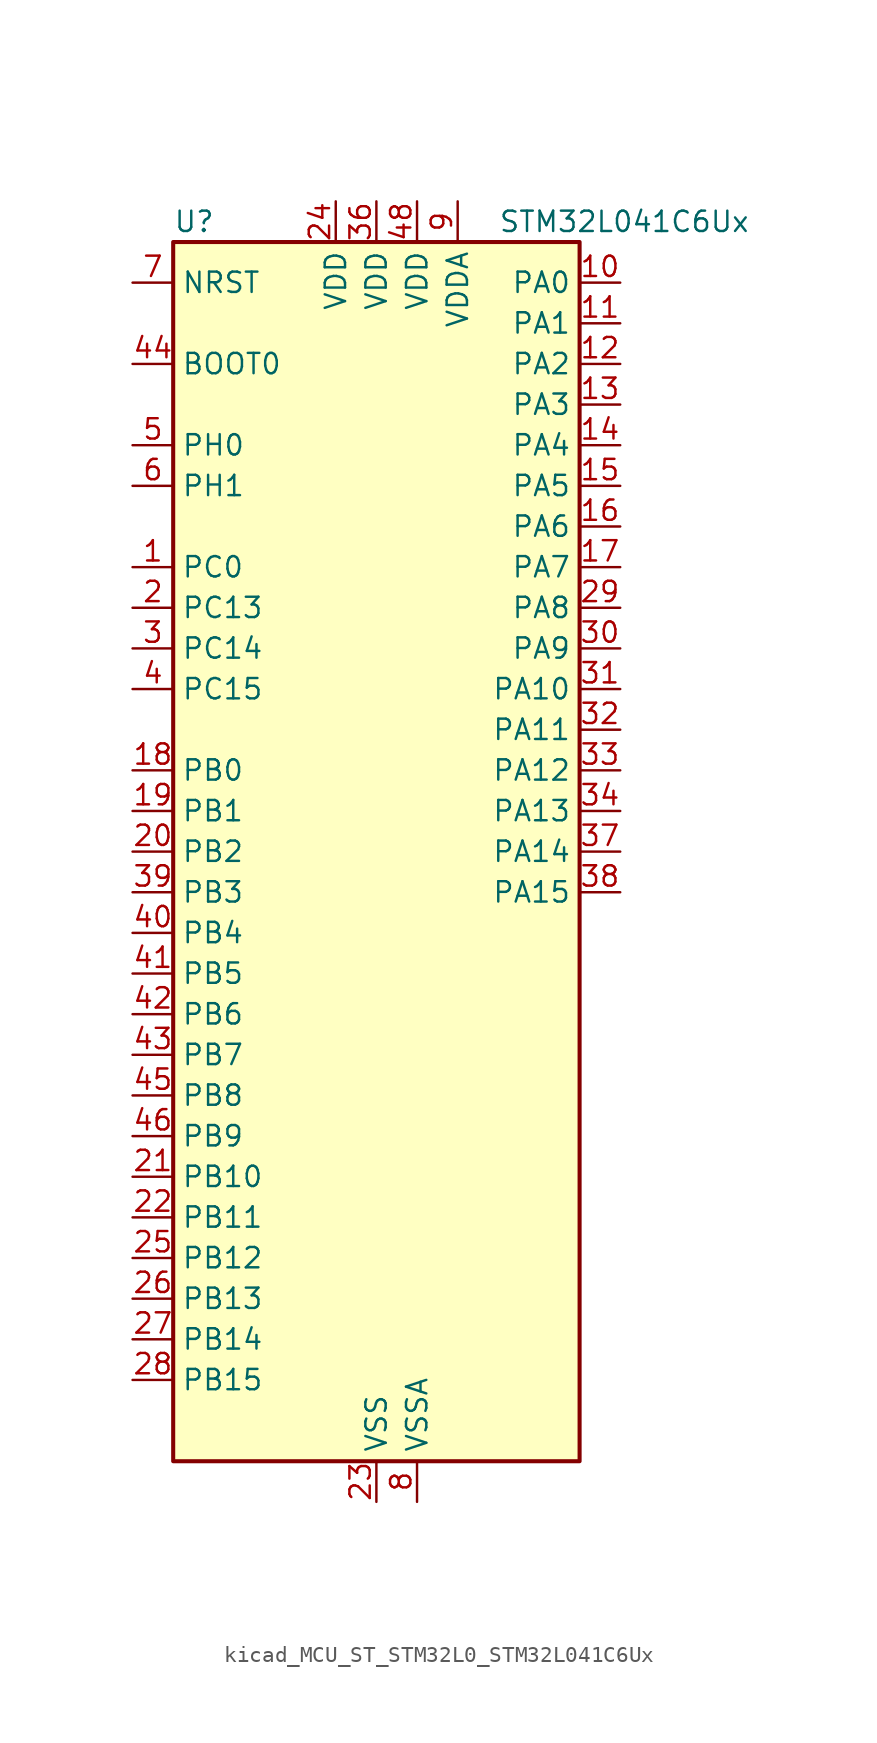
<source format=kicad_sym>
(kicad_symbol_lib
  (version 20220914)
  (generator kicad_symbol_editor)
  (symbol "kicad_MCU_ST_STM32L0_STM32L041C6Ux"
    (property "Reference" "U"
      (at -12.7 39.37 0)
      (effects (font (size 1.27 1.27)) (justify left)))
    (property "Value" "STM32L041C6Ux"
      (at 7.62 39.37 0)
      (effects (font (size 1.27 1.27)) (justify left)))
    (property "ki_locked" ""
      (at 0 0 0)
      (effects (font (size 1.27 1.27))))
    (symbol "kicad_MCU_ST_STM32L0_STM32L041C6Ux_0_1"
      (rectangle (start -12.7 -38.1) (end 12.7 38.1) (stroke (width 0.254) (type default)) (fill (type background))))
    (symbol "kicad_MCU_ST_STM32L0_STM32L041C6Ux_1_1"
      (pin bidirectional line (at -15.24 17.78 0) (length 2.54) (name "PC0" (effects (font (size 1.27 1.27)))) (number "1" (effects (font (size 1.27 1.27)))) (alternate "LPTIM1_IN1" bidirectional line) (alternate "LPUART1_RX" bidirectional line))
      (pin bidirectional line (at 15.24 35.56 180) (length 2.54) (name "PA0" (effects (font (size 1.27 1.27)))) (number "10" (effects (font (size 1.27 1.27)))) (alternate "ADC_IN0" bidirectional line) (alternate "COMP1_INM" bidirectional line) (alternate "COMP1_OUT" bidirectional line) (alternate "LPTIM1_IN1" bidirectional line) (alternate "RTC_TAMP2" bidirectional line) (alternate "SYS_WKUP1" bidirectional line) (alternate "TIM2_CH1" bidirectional line) (alternate "TIM2_ETR" bidirectional line) (alternate "USART2_CTS" bidirectional line))
      (pin bidirectional line (at 15.24 33.02 180) (length 2.54) (name "PA1" (effects (font (size 1.27 1.27)))) (number "11" (effects (font (size 1.27 1.27)))) (alternate "ADC_IN1" bidirectional line) (alternate "COMP1_INP" bidirectional line) (alternate "I2C1_SMBA" bidirectional line) (alternate "LPTIM1_IN2" bidirectional line) (alternate "TIM21_ETR" bidirectional line) (alternate "TIM2_CH2" bidirectional line) (alternate "USART2_DE" bidirectional line) (alternate "USART2_RTS" bidirectional line))
      (pin bidirectional line (at 15.24 30.48 180) (length 2.54) (name "PA2" (effects (font (size 1.27 1.27)))) (number "12" (effects (font (size 1.27 1.27)))) (alternate "ADC_IN2" bidirectional line) (alternate "COMP2_INM" bidirectional line) (alternate "COMP2_OUT" bidirectional line) (alternate "LPUART1_TX" bidirectional line) (alternate "RTC_OUT_ALARM" bidirectional line) (alternate "RTC_OUT_CALIB" bidirectional line) (alternate "RTC_TAMP3" bidirectional line) (alternate "RTC_TS" bidirectional line) (alternate "SYS_WKUP3" bidirectional line) (alternate "TIM21_CH1" bidirectional line) (alternate "TIM2_CH3" bidirectional line) (alternate "USART2_TX" bidirectional line))
      (pin bidirectional line (at 15.24 27.94 180) (length 2.54) (name "PA3" (effects (font (size 1.27 1.27)))) (number "13" (effects (font (size 1.27 1.27)))) (alternate "ADC_IN3" bidirectional line) (alternate "COMP2_INP" bidirectional line) (alternate "LPUART1_RX" bidirectional line) (alternate "TIM21_CH2" bidirectional line) (alternate "TIM2_CH4" bidirectional line) (alternate "USART2_RX" bidirectional line))
      (pin bidirectional line (at 15.24 25.4 180) (length 2.54) (name "PA4" (effects (font (size 1.27 1.27)))) (number "14" (effects (font (size 1.27 1.27)))) (alternate "ADC_IN4" bidirectional line) (alternate "COMP1_INM" bidirectional line) (alternate "COMP2_INM" bidirectional line) (alternate "LPTIM1_IN1" bidirectional line) (alternate "SPI1_NSS" bidirectional line) (alternate "TIM22_ETR" bidirectional line) (alternate "USART2_CK" bidirectional line))
      (pin bidirectional line (at 15.24 22.86 180) (length 2.54) (name "PA5" (effects (font (size 1.27 1.27)))) (number "15" (effects (font (size 1.27 1.27)))) (alternate "ADC_IN5" bidirectional line) (alternate "COMP1_INM" bidirectional line) (alternate "COMP2_INM" bidirectional line) (alternate "LPTIM1_IN2" bidirectional line) (alternate "SPI1_SCK" bidirectional line) (alternate "TIM2_CH1" bidirectional line) (alternate "TIM2_ETR" bidirectional line))
      (pin bidirectional line (at 15.24 20.32 180) (length 2.54) (name "PA6" (effects (font (size 1.27 1.27)))) (number "16" (effects (font (size 1.27 1.27)))) (alternate "ADC_IN6" bidirectional line) (alternate "COMP1_OUT" bidirectional line) (alternate "LPTIM1_ETR" bidirectional line) (alternate "LPUART1_CTS" bidirectional line) (alternate "SPI1_MISO" bidirectional line) (alternate "TIM22_CH1" bidirectional line))
      (pin bidirectional line (at 15.24 17.78 180) (length 2.54) (name "PA7" (effects (font (size 1.27 1.27)))) (number "17" (effects (font (size 1.27 1.27)))) (alternate "ADC_IN7" bidirectional line) (alternate "COMP2_OUT" bidirectional line) (alternate "LPTIM1_OUT" bidirectional line) (alternate "SPI1_MOSI" bidirectional line) (alternate "TIM22_CH2" bidirectional line) (alternate "USART2_CTS" bidirectional line))
      (pin bidirectional line (at -15.24 5.08 0) (length 2.54) (name "PB0" (effects (font (size 1.27 1.27)))) (number "18" (effects (font (size 1.27 1.27)))) (alternate "ADC_IN8" bidirectional line) (alternate "SPI1_MISO" bidirectional line) (alternate "SYS_VREF_OUT_PB0" bidirectional line) (alternate "TIM2_CH3" bidirectional line) (alternate "USART2_DE" bidirectional line) (alternate "USART2_RTS" bidirectional line))
      (pin bidirectional line (at -15.24 2.54 0) (length 2.54) (name "PB1" (effects (font (size 1.27 1.27)))) (number "19" (effects (font (size 1.27 1.27)))) (alternate "ADC_IN9" bidirectional line) (alternate "LPUART1_DE" bidirectional line) (alternate "LPUART1_RTS" bidirectional line) (alternate "SPI1_MOSI" bidirectional line) (alternate "SYS_VREF_OUT_PB1" bidirectional line) (alternate "TIM2_CH4" bidirectional line) (alternate "USART2_CK" bidirectional line))
      (pin bidirectional line (at -15.24 15.24 0) (length 2.54) (name "PC13" (effects (font (size 1.27 1.27)))) (number "2" (effects (font (size 1.27 1.27)))) (alternate "RTC_TAMP1" bidirectional line) (alternate "SYS_WKUP2" bidirectional line))
      (pin bidirectional line (at -15.24 0 0) (length 2.54) (name "PB2" (effects (font (size 1.27 1.27)))) (number "20" (effects (font (size 1.27 1.27)))) (alternate "LPTIM1_OUT" bidirectional line))
      (pin bidirectional line (at -15.24 -20.32 0) (length 2.54) (name "PB10" (effects (font (size 1.27 1.27)))) (number "21" (effects (font (size 1.27 1.27)))) (alternate "LPUART1_TX" bidirectional line) (alternate "TIM2_CH3" bidirectional line))
      (pin bidirectional line (at -15.24 -22.86 0) (length 2.54) (name "PB11" (effects (font (size 1.27 1.27)))) (number "22" (effects (font (size 1.27 1.27)))) (alternate "ADC_EXTI11" bidirectional line) (alternate "LPUART1_RX" bidirectional line) (alternate "TIM2_CH4" bidirectional line))
      (pin power_in line (at 0 -40.64 90) (length 2.54) (name "VSS" (effects (font (size 1.27 1.27)))) (number "23" (effects (font (size 1.27 1.27)))))
      (pin power_in line (at -2.54 40.64 270) (length 2.54) (name "VDD" (effects (font (size 1.27 1.27)))) (number "24" (effects (font (size 1.27 1.27)))))
      (pin bidirectional line (at -15.24 -25.4 0) (length 2.54) (name "PB12" (effects (font (size 1.27 1.27)))) (number "25" (effects (font (size 1.27 1.27)))) (alternate "SPI1_NSS" bidirectional line))
      (pin bidirectional line (at -15.24 -27.94 0) (length 2.54) (name "PB13" (effects (font (size 1.27 1.27)))) (number "26" (effects (font (size 1.27 1.27)))) (alternate "LPUART1_CTS" bidirectional line) (alternate "RCC_MCO" bidirectional line) (alternate "SPI1_SCK" bidirectional line) (alternate "TIM21_CH1" bidirectional line))
      (pin bidirectional line (at -15.24 -30.48 0) (length 2.54) (name "PB14" (effects (font (size 1.27 1.27)))) (number "27" (effects (font (size 1.27 1.27)))) (alternate "LPUART1_DE" bidirectional line) (alternate "LPUART1_RTS" bidirectional line) (alternate "RTC_OUT_ALARM" bidirectional line) (alternate "RTC_OUT_CALIB" bidirectional line) (alternate "SPI1_MISO" bidirectional line) (alternate "TIM21_CH2" bidirectional line))
      (pin bidirectional line (at -15.24 -33.02 0) (length 2.54) (name "PB15" (effects (font (size 1.27 1.27)))) (number "28" (effects (font (size 1.27 1.27)))) (alternate "RTC_REFIN" bidirectional line) (alternate "SPI1_MOSI" bidirectional line))
      (pin bidirectional line (at 15.24 15.24 180) (length 2.54) (name "PA8" (effects (font (size 1.27 1.27)))) (number "29" (effects (font (size 1.27 1.27)))) (alternate "LPTIM1_IN1" bidirectional line) (alternate "RCC_MCO" bidirectional line) (alternate "TIM2_CH1" bidirectional line) (alternate "USART2_CK" bidirectional line))
      (pin bidirectional line (at -15.24 12.7 0) (length 2.54) (name "PC14" (effects (font (size 1.27 1.27)))) (number "3" (effects (font (size 1.27 1.27)))) (alternate "RCC_OSC32_IN" bidirectional line))
      (pin bidirectional line (at 15.24 12.7 180) (length 2.54) (name "PA9" (effects (font (size 1.27 1.27)))) (number "30" (effects (font (size 1.27 1.27)))) (alternate "I2C1_SCL" bidirectional line) (alternate "RCC_MCO" bidirectional line) (alternate "TIM22_CH1" bidirectional line) (alternate "USART2_TX" bidirectional line))
      (pin bidirectional line (at 15.24 10.16 180) (length 2.54) (name "PA10" (effects (font (size 1.27 1.27)))) (number "31" (effects (font (size 1.27 1.27)))) (alternate "I2C1_SDA" bidirectional line) (alternate "TIM22_CH2" bidirectional line) (alternate "USART2_RX" bidirectional line))
      (pin bidirectional line (at 15.24 7.62 180) (length 2.54) (name "PA11" (effects (font (size 1.27 1.27)))) (number "32" (effects (font (size 1.27 1.27)))) (alternate "ADC_EXTI11" bidirectional line) (alternate "COMP1_OUT" bidirectional line) (alternate "SPI1_MISO" bidirectional line) (alternate "TIM21_CH2" bidirectional line) (alternate "USART2_CTS" bidirectional line))
      (pin bidirectional line (at 15.24 5.08 180) (length 2.54) (name "PA12" (effects (font (size 1.27 1.27)))) (number "33" (effects (font (size 1.27 1.27)))) (alternate "COMP2_OUT" bidirectional line) (alternate "SPI1_MOSI" bidirectional line) (alternate "USART2_DE" bidirectional line) (alternate "USART2_RTS" bidirectional line))
      (pin bidirectional line (at 15.24 2.54 180) (length 2.54) (name "PA13" (effects (font (size 1.27 1.27)))) (number "34" (effects (font (size 1.27 1.27)))) (alternate "LPTIM1_ETR" bidirectional line) (alternate "LPUART1_RX" bidirectional line) (alternate "SYS_SWDIO" bidirectional line))
      (pin passive line (at 0 -40.64 90) (length 2.54) hide (name "VSS" (effects (font (size 1.27 1.27)))) (number "35" (effects (font (size 1.27 1.27)))))
      (pin power_in line (at 0 40.64 270) (length 2.54) (name "VDD" (effects (font (size 1.27 1.27)))) (number "36" (effects (font (size 1.27 1.27)))))
      (pin bidirectional line (at 15.24 0 180) (length 2.54) (name "PA14" (effects (font (size 1.27 1.27)))) (number "37" (effects (font (size 1.27 1.27)))) (alternate "I2C1_SMBA" bidirectional line) (alternate "LPTIM1_OUT" bidirectional line) (alternate "LPUART1_TX" bidirectional line) (alternate "SYS_SWCLK" bidirectional line) (alternate "USART2_TX" bidirectional line))
      (pin bidirectional line (at 15.24 -2.54 180) (length 2.54) (name "PA15" (effects (font (size 1.27 1.27)))) (number "38" (effects (font (size 1.27 1.27)))) (alternate "SPI1_NSS" bidirectional line) (alternate "TIM2_CH1" bidirectional line) (alternate "TIM2_ETR" bidirectional line) (alternate "USART2_RX" bidirectional line))
      (pin bidirectional line (at -15.24 -2.54 0) (length 2.54) (name "PB3" (effects (font (size 1.27 1.27)))) (number "39" (effects (font (size 1.27 1.27)))) (alternate "COMP2_INM" bidirectional line) (alternate "SPI1_SCK" bidirectional line) (alternate "TIM2_CH2" bidirectional line))
      (pin bidirectional line (at -15.24 10.16 0) (length 2.54) (name "PC15" (effects (font (size 1.27 1.27)))) (number "4" (effects (font (size 1.27 1.27)))) (alternate "RCC_OSC32_OUT" bidirectional line))
      (pin bidirectional line (at -15.24 -5.08 0) (length 2.54) (name "PB4" (effects (font (size 1.27 1.27)))) (number "40" (effects (font (size 1.27 1.27)))) (alternate "COMP2_INP" bidirectional line) (alternate "SPI1_MISO" bidirectional line) (alternate "TIM22_CH1" bidirectional line))
      (pin bidirectional line (at -15.24 -7.62 0) (length 2.54) (name "PB5" (effects (font (size 1.27 1.27)))) (number "41" (effects (font (size 1.27 1.27)))) (alternate "COMP2_INP" bidirectional line) (alternate "I2C1_SMBA" bidirectional line) (alternate "LPTIM1_IN1" bidirectional line) (alternate "SPI1_MOSI" bidirectional line) (alternate "TIM22_CH2" bidirectional line))
      (pin bidirectional line (at -15.24 -10.16 0) (length 2.54) (name "PB6" (effects (font (size 1.27 1.27)))) (number "42" (effects (font (size 1.27 1.27)))) (alternate "COMP2_INP" bidirectional line) (alternate "I2C1_SCL" bidirectional line) (alternate "LPTIM1_ETR" bidirectional line) (alternate "TIM21_CH1" bidirectional line) (alternate "USART2_TX" bidirectional line))
      (pin bidirectional line (at -15.24 -12.7 0) (length 2.54) (name "PB7" (effects (font (size 1.27 1.27)))) (number "43" (effects (font (size 1.27 1.27)))) (alternate "COMP2_INP" bidirectional line) (alternate "I2C1_SDA" bidirectional line) (alternate "LPTIM1_IN2" bidirectional line) (alternate "SYS_PVD_IN" bidirectional line) (alternate "USART2_RX" bidirectional line))
      (pin input line (at -15.24 30.48 0) (length 2.54) (name "BOOT0" (effects (font (size 1.27 1.27)))) (number "44" (effects (font (size 1.27 1.27)))))
      (pin bidirectional line (at -15.24 -15.24 0) (length 2.54) (name "PB8" (effects (font (size 1.27 1.27)))) (number "45" (effects (font (size 1.27 1.27)))) (alternate "I2C1_SCL" bidirectional line))
      (pin bidirectional line (at -15.24 -17.78 0) (length 2.54) (name "PB9" (effects (font (size 1.27 1.27)))) (number "46" (effects (font (size 1.27 1.27)))) (alternate "I2C1_SDA" bidirectional line))
      (pin passive line (at 0 -40.64 90) (length 2.54) hide (name "VSS" (effects (font (size 1.27 1.27)))) (number "47" (effects (font (size 1.27 1.27)))))
      (pin power_in line (at 2.54 40.64 270) (length 2.54) (name "VDD" (effects (font (size 1.27 1.27)))) (number "48" (effects (font (size 1.27 1.27)))))
      (pin passive line (at 0 -40.64 90) (length 2.54) hide (name "VSS" (effects (font (size 1.27 1.27)))) (number "49" (effects (font (size 1.27 1.27)))))
      (pin bidirectional line (at -15.24 25.4 0) (length 2.54) (name "PH0" (effects (font (size 1.27 1.27)))) (number "5" (effects (font (size 1.27 1.27)))) (alternate "RCC_OSC_IN" bidirectional line))
      (pin bidirectional line (at -15.24 22.86 0) (length 2.54) (name "PH1" (effects (font (size 1.27 1.27)))) (number "6" (effects (font (size 1.27 1.27)))) (alternate "RCC_OSC_OUT" bidirectional line))
      (pin input line (at -15.24 35.56 0) (length 2.54) (name "NRST" (effects (font (size 1.27 1.27)))) (number "7" (effects (font (size 1.27 1.27)))))
      (pin power_in line (at 2.54 -40.64 90) (length 2.54) (name "VSSA" (effects (font (size 1.27 1.27)))) (number "8" (effects (font (size 1.27 1.27)))))
      (pin power_in line (at 5.08 40.64 270) (length 2.54) (name "VDDA" (effects (font (size 1.27 1.27)))) (number "9" (effects (font (size 1.27 1.27))))))))
</source>
